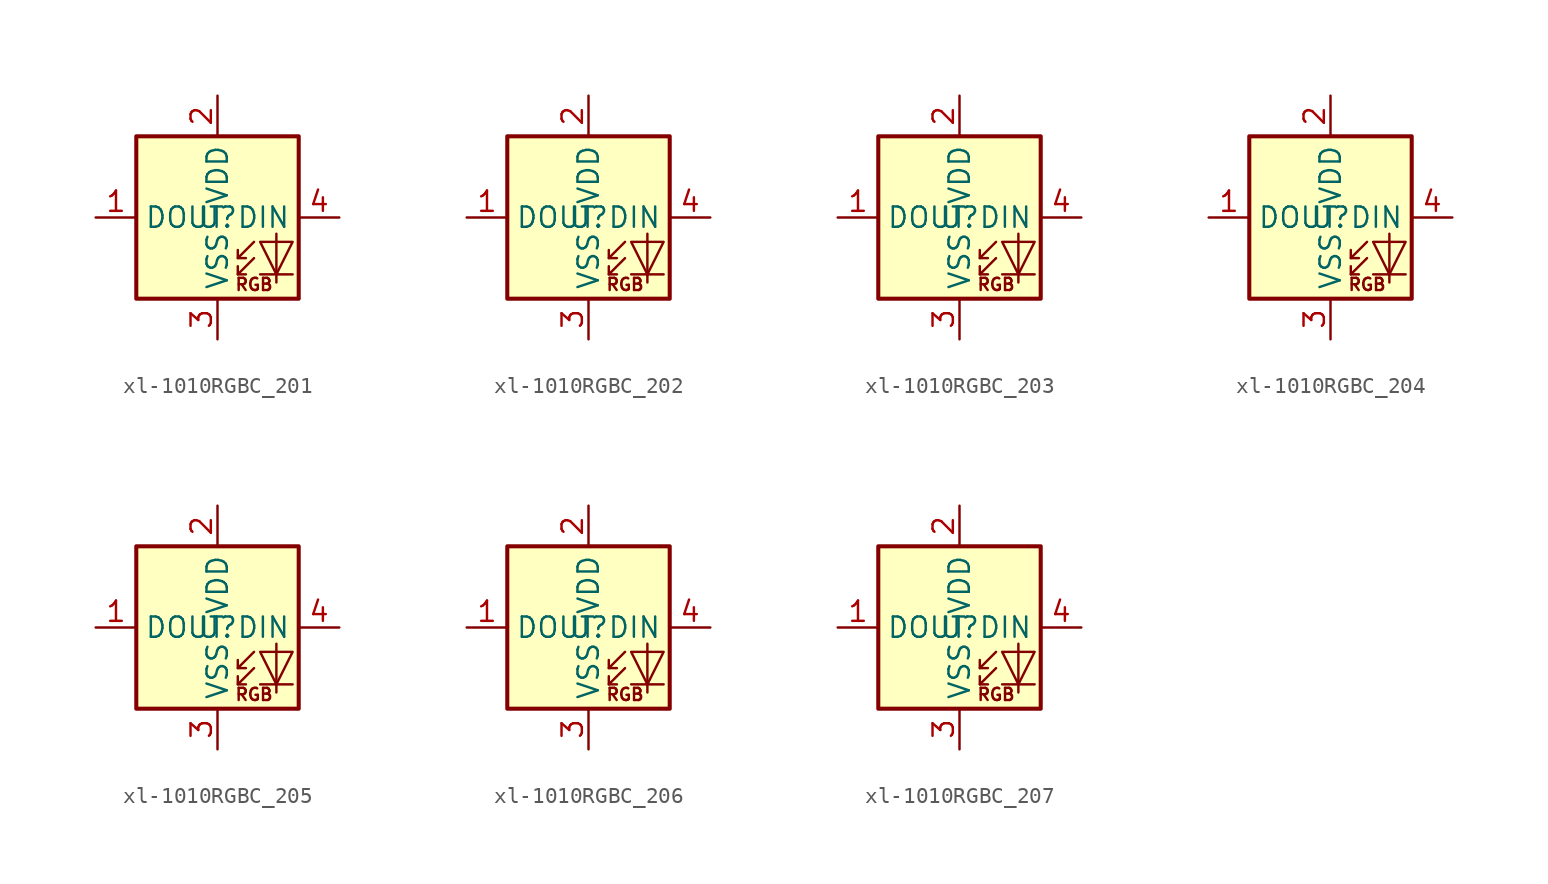
<source format=kicad_sym>
(kicad_symbol_lib
  (version 20231120)
  (generator "kicad_symbol_editor")
  (generator_version "8.0")
  (symbol "xl-1010RGBC_201"
    (property "Reference" "U"
      (at 0 0 0)
      (effects (font (size 1.27 1.27))))
    (property "Value" ""
      (at 0 0 0)
      (effects (font (size 1.27 1.27))))
    (symbol "xl-1010RGBC_201_0_0"
      (text "RGB" (at 2.286 -4.191 0) (effects (font (size 0.762 0.762)))))
    (symbol "xl-1010RGBC_201_0_1"
      (polyline (pts (xy 1.27 -3.556) (xy 1.778 -3.556)) (stroke (width 0) (type default)) (fill (type none)))
      (polyline (pts (xy 1.27 -2.54) (xy 1.778 -2.54)) (stroke (width 0) (type default)) (fill (type none)))
      (polyline (pts (xy 4.699 -3.556) (xy 2.667 -3.556)) (stroke (width 0) (type default)) (fill (type none)))
      (polyline (pts (xy 2.286 -2.54) (xy 1.27 -3.556) (xy 1.27 -3.048)) (stroke (width 0) (type default)) (fill (type none)))
      (polyline (pts (xy 2.286 -1.524) (xy 1.27 -2.54) (xy 1.27 -2.032)) (stroke (width 0) (type default)) (fill (type none)))
      (polyline (pts (xy 3.683 -1.016) (xy 3.683 -3.556) (xy 3.683 -4.064)) (stroke (width 0) (type default)) (fill (type none)))
      (polyline (pts (xy 4.699 -1.524) (xy 2.667 -1.524) (xy 3.683 -3.556) (xy 4.699 -1.524)) (stroke (width 0) (type default)) (fill (type none)))
      (rectangle (start 5.08 5.08) (end -5.08 -5.08) (stroke (width 0.254) (type default)) (fill (type background))))
    (symbol "xl-1010RGBC_201_1_1"
      (pin output line (at -7.62 0 0) (length 2.54) (name "DOUT" (effects (font (size 1.27 1.27)))) (number "1" (effects (font (size 1.27 1.27)))))
      (pin power_in line (at 0 7.62 270) (length 2.54) (name "VDD" (effects (font (size 1.27 1.27)))) (number "2" (effects (font (size 1.27 1.27)))))
      (pin power_in line (at 0 -7.62 90) (length 2.54) (name "VSS" (effects (font (size 1.27 1.27)))) (number "3" (effects (font (size 1.27 1.27)))))
      (pin input line (at 7.62 0 180) (length 2.54) (name "DIN" (effects (font (size 1.27 1.27)))) (number "4" (effects (font (size 1.27 1.27)))))))
  (symbol "xl-1010RGBC_202"
    (property "Reference" "U"
      (at 0 0 0)
      (effects (font (size 1.27 1.27))))
    (property "Value" ""
      (at 0 0 0)
      (effects (font (size 1.27 1.27))))
    (symbol "xl-1010RGBC_202_0_0"
      (text "RGB" (at 2.286 -4.191 0) (effects (font (size 0.762 0.762)))))
    (symbol "xl-1010RGBC_202_0_1"
      (polyline (pts (xy 1.27 -3.556) (xy 1.778 -3.556)) (stroke (width 0) (type default)) (fill (type none)))
      (polyline (pts (xy 1.27 -2.54) (xy 1.778 -2.54)) (stroke (width 0) (type default)) (fill (type none)))
      (polyline (pts (xy 4.699 -3.556) (xy 2.667 -3.556)) (stroke (width 0) (type default)) (fill (type none)))
      (polyline (pts (xy 2.286 -2.54) (xy 1.27 -3.556) (xy 1.27 -3.048)) (stroke (width 0) (type default)) (fill (type none)))
      (polyline (pts (xy 2.286 -1.524) (xy 1.27 -2.54) (xy 1.27 -2.032)) (stroke (width 0) (type default)) (fill (type none)))
      (polyline (pts (xy 3.683 -1.016) (xy 3.683 -3.556) (xy 3.683 -4.064)) (stroke (width 0) (type default)) (fill (type none)))
      (polyline (pts (xy 4.699 -1.524) (xy 2.667 -1.524) (xy 3.683 -3.556) (xy 4.699 -1.524)) (stroke (width 0) (type default)) (fill (type none)))
      (rectangle (start 5.08 5.08) (end -5.08 -5.08) (stroke (width 0.254) (type default)) (fill (type background))))
    (symbol "xl-1010RGBC_202_1_1"
      (pin output line (at -7.62 0 0) (length 2.54) (name "DOUT" (effects (font (size 1.27 1.27)))) (number "1" (effects (font (size 1.27 1.27)))))
      (pin power_in line (at 0 7.62 270) (length 2.54) (name "VDD" (effects (font (size 1.27 1.27)))) (number "2" (effects (font (size 1.27 1.27)))))
      (pin power_in line (at 0 -7.62 90) (length 2.54) (name "VSS" (effects (font (size 1.27 1.27)))) (number "3" (effects (font (size 1.27 1.27)))))
      (pin input line (at 7.62 0 180) (length 2.54) (name "DIN" (effects (font (size 1.27 1.27)))) (number "4" (effects (font (size 1.27 1.27)))))))
  (symbol "xl-1010RGBC_203"
    (property "Reference" "U"
      (at 0 0 0)
      (effects (font (size 1.27 1.27))))
    (property "Value" ""
      (at 0 0 0)
      (effects (font (size 1.27 1.27))))
    (symbol "xl-1010RGBC_203_0_0"
      (text "RGB" (at 2.286 -4.191 0) (effects (font (size 0.762 0.762)))))
    (symbol "xl-1010RGBC_203_0_1"
      (polyline (pts (xy 1.27 -3.556) (xy 1.778 -3.556)) (stroke (width 0) (type default)) (fill (type none)))
      (polyline (pts (xy 1.27 -2.54) (xy 1.778 -2.54)) (stroke (width 0) (type default)) (fill (type none)))
      (polyline (pts (xy 4.699 -3.556) (xy 2.667 -3.556)) (stroke (width 0) (type default)) (fill (type none)))
      (polyline (pts (xy 2.286 -2.54) (xy 1.27 -3.556) (xy 1.27 -3.048)) (stroke (width 0) (type default)) (fill (type none)))
      (polyline (pts (xy 2.286 -1.524) (xy 1.27 -2.54) (xy 1.27 -2.032)) (stroke (width 0) (type default)) (fill (type none)))
      (polyline (pts (xy 3.683 -1.016) (xy 3.683 -3.556) (xy 3.683 -4.064)) (stroke (width 0) (type default)) (fill (type none)))
      (polyline (pts (xy 4.699 -1.524) (xy 2.667 -1.524) (xy 3.683 -3.556) (xy 4.699 -1.524)) (stroke (width 0) (type default)) (fill (type none)))
      (rectangle (start 5.08 5.08) (end -5.08 -5.08) (stroke (width 0.254) (type default)) (fill (type background))))
    (symbol "xl-1010RGBC_203_1_1"
      (pin output line (at -7.62 0 0) (length 2.54) (name "DOUT" (effects (font (size 1.27 1.27)))) (number "1" (effects (font (size 1.27 1.27)))))
      (pin power_in line (at 0 7.62 270) (length 2.54) (name "VDD" (effects (font (size 1.27 1.27)))) (number "2" (effects (font (size 1.27 1.27)))))
      (pin power_in line (at 0 -7.62 90) (length 2.54) (name "VSS" (effects (font (size 1.27 1.27)))) (number "3" (effects (font (size 1.27 1.27)))))
      (pin input line (at 7.62 0 180) (length 2.54) (name "DIN" (effects (font (size 1.27 1.27)))) (number "4" (effects (font (size 1.27 1.27)))))))
  (symbol "xl-1010RGBC_204"
    (property "Reference" "U"
      (at 0 0 0)
      (effects (font (size 1.27 1.27))))
    (property "Value" ""
      (at 0 0 0)
      (effects (font (size 1.27 1.27))))
    (symbol "xl-1010RGBC_204_0_0"
      (text "RGB" (at 2.286 -4.191 0) (effects (font (size 0.762 0.762)))))
    (symbol "xl-1010RGBC_204_0_1"
      (polyline (pts (xy 1.27 -3.556) (xy 1.778 -3.556)) (stroke (width 0) (type default)) (fill (type none)))
      (polyline (pts (xy 1.27 -2.54) (xy 1.778 -2.54)) (stroke (width 0) (type default)) (fill (type none)))
      (polyline (pts (xy 4.699 -3.556) (xy 2.667 -3.556)) (stroke (width 0) (type default)) (fill (type none)))
      (polyline (pts (xy 2.286 -2.54) (xy 1.27 -3.556) (xy 1.27 -3.048)) (stroke (width 0) (type default)) (fill (type none)))
      (polyline (pts (xy 2.286 -1.524) (xy 1.27 -2.54) (xy 1.27 -2.032)) (stroke (width 0) (type default)) (fill (type none)))
      (polyline (pts (xy 3.683 -1.016) (xy 3.683 -3.556) (xy 3.683 -4.064)) (stroke (width 0) (type default)) (fill (type none)))
      (polyline (pts (xy 4.699 -1.524) (xy 2.667 -1.524) (xy 3.683 -3.556) (xy 4.699 -1.524)) (stroke (width 0) (type default)) (fill (type none)))
      (rectangle (start 5.08 5.08) (end -5.08 -5.08) (stroke (width 0.254) (type default)) (fill (type background))))
    (symbol "xl-1010RGBC_204_1_1"
      (pin output line (at -7.62 0 0) (length 2.54) (name "DOUT" (effects (font (size 1.27 1.27)))) (number "1" (effects (font (size 1.27 1.27)))))
      (pin power_in line (at 0 7.62 270) (length 2.54) (name "VDD" (effects (font (size 1.27 1.27)))) (number "2" (effects (font (size 1.27 1.27)))))
      (pin power_in line (at 0 -7.62 90) (length 2.54) (name "VSS" (effects (font (size 1.27 1.27)))) (number "3" (effects (font (size 1.27 1.27)))))
      (pin input line (at 7.62 0 180) (length 2.54) (name "DIN" (effects (font (size 1.27 1.27)))) (number "4" (effects (font (size 1.27 1.27)))))))
  (symbol "xl-1010RGBC_205"
    (property "Reference" "U"
      (at 0 0 0)
      (effects (font (size 1.27 1.27))))
    (property "Value" ""
      (at 0 0 0)
      (effects (font (size 1.27 1.27))))
    (symbol "xl-1010RGBC_205_0_0"
      (text "RGB" (at 2.286 -4.191 0) (effects (font (size 0.762 0.762)))))
    (symbol "xl-1010RGBC_205_0_1"
      (polyline (pts (xy 1.27 -3.556) (xy 1.778 -3.556)) (stroke (width 0) (type default)) (fill (type none)))
      (polyline (pts (xy 1.27 -2.54) (xy 1.778 -2.54)) (stroke (width 0) (type default)) (fill (type none)))
      (polyline (pts (xy 4.699 -3.556) (xy 2.667 -3.556)) (stroke (width 0) (type default)) (fill (type none)))
      (polyline (pts (xy 2.286 -2.54) (xy 1.27 -3.556) (xy 1.27 -3.048)) (stroke (width 0) (type default)) (fill (type none)))
      (polyline (pts (xy 2.286 -1.524) (xy 1.27 -2.54) (xy 1.27 -2.032)) (stroke (width 0) (type default)) (fill (type none)))
      (polyline (pts (xy 3.683 -1.016) (xy 3.683 -3.556) (xy 3.683 -4.064)) (stroke (width 0) (type default)) (fill (type none)))
      (polyline (pts (xy 4.699 -1.524) (xy 2.667 -1.524) (xy 3.683 -3.556) (xy 4.699 -1.524)) (stroke (width 0) (type default)) (fill (type none)))
      (rectangle (start 5.08 5.08) (end -5.08 -5.08) (stroke (width 0.254) (type default)) (fill (type background))))
    (symbol "xl-1010RGBC_205_1_1"
      (pin output line (at -7.62 0 0) (length 2.54) (name "DOUT" (effects (font (size 1.27 1.27)))) (number "1" (effects (font (size 1.27 1.27)))))
      (pin power_in line (at 0 7.62 270) (length 2.54) (name "VDD" (effects (font (size 1.27 1.27)))) (number "2" (effects (font (size 1.27 1.27)))))
      (pin power_in line (at 0 -7.62 90) (length 2.54) (name "VSS" (effects (font (size 1.27 1.27)))) (number "3" (effects (font (size 1.27 1.27)))))
      (pin input line (at 7.62 0 180) (length 2.54) (name "DIN" (effects (font (size 1.27 1.27)))) (number "4" (effects (font (size 1.27 1.27)))))))
  (symbol "xl-1010RGBC_206"
    (property "Reference" "U"
      (at 0 0 0)
      (effects (font (size 1.27 1.27))))
    (property "Value" ""
      (at 0 0 0)
      (effects (font (size 1.27 1.27))))
    (symbol "xl-1010RGBC_206_0_0"
      (text "RGB" (at 2.286 -4.191 0) (effects (font (size 0.762 0.762)))))
    (symbol "xl-1010RGBC_206_0_1"
      (polyline (pts (xy 1.27 -3.556) (xy 1.778 -3.556)) (stroke (width 0) (type default)) (fill (type none)))
      (polyline (pts (xy 1.27 -2.54) (xy 1.778 -2.54)) (stroke (width 0) (type default)) (fill (type none)))
      (polyline (pts (xy 4.699 -3.556) (xy 2.667 -3.556)) (stroke (width 0) (type default)) (fill (type none)))
      (polyline (pts (xy 2.286 -2.54) (xy 1.27 -3.556) (xy 1.27 -3.048)) (stroke (width 0) (type default)) (fill (type none)))
      (polyline (pts (xy 2.286 -1.524) (xy 1.27 -2.54) (xy 1.27 -2.032)) (stroke (width 0) (type default)) (fill (type none)))
      (polyline (pts (xy 3.683 -1.016) (xy 3.683 -3.556) (xy 3.683 -4.064)) (stroke (width 0) (type default)) (fill (type none)))
      (polyline (pts (xy 4.699 -1.524) (xy 2.667 -1.524) (xy 3.683 -3.556) (xy 4.699 -1.524)) (stroke (width 0) (type default)) (fill (type none)))
      (rectangle (start 5.08 5.08) (end -5.08 -5.08) (stroke (width 0.254) (type default)) (fill (type background))))
    (symbol "xl-1010RGBC_206_1_1"
      (pin output line (at -7.62 0 0) (length 2.54) (name "DOUT" (effects (font (size 1.27 1.27)))) (number "1" (effects (font (size 1.27 1.27)))))
      (pin power_in line (at 0 7.62 270) (length 2.54) (name "VDD" (effects (font (size 1.27 1.27)))) (number "2" (effects (font (size 1.27 1.27)))))
      (pin power_in line (at 0 -7.62 90) (length 2.54) (name "VSS" (effects (font (size 1.27 1.27)))) (number "3" (effects (font (size 1.27 1.27)))))
      (pin input line (at 7.62 0 180) (length 2.54) (name "DIN" (effects (font (size 1.27 1.27)))) (number "4" (effects (font (size 1.27 1.27)))))))
  (symbol "xl-1010RGBC_207"
    (property "Reference" "U"
      (at 0 0 0)
      (effects (font (size 1.27 1.27))))
    (property "Value" ""
      (at 0 0 0)
      (effects (font (size 1.27 1.27))))
    (symbol "xl-1010RGBC_207_0_0"
      (text "RGB" (at 2.286 -4.191 0) (effects (font (size 0.762 0.762)))))
    (symbol "xl-1010RGBC_207_0_1"
      (polyline (pts (xy 1.27 -3.556) (xy 1.778 -3.556)) (stroke (width 0) (type default)) (fill (type none)))
      (polyline (pts (xy 1.27 -2.54) (xy 1.778 -2.54)) (stroke (width 0) (type default)) (fill (type none)))
      (polyline (pts (xy 4.699 -3.556) (xy 2.667 -3.556)) (stroke (width 0) (type default)) (fill (type none)))
      (polyline (pts (xy 2.286 -2.54) (xy 1.27 -3.556) (xy 1.27 -3.048)) (stroke (width 0) (type default)) (fill (type none)))
      (polyline (pts (xy 2.286 -1.524) (xy 1.27 -2.54) (xy 1.27 -2.032)) (stroke (width 0) (type default)) (fill (type none)))
      (polyline (pts (xy 3.683 -1.016) (xy 3.683 -3.556) (xy 3.683 -4.064)) (stroke (width 0) (type default)) (fill (type none)))
      (polyline (pts (xy 4.699 -1.524) (xy 2.667 -1.524) (xy 3.683 -3.556) (xy 4.699 -1.524)) (stroke (width 0) (type default)) (fill (type none)))
      (rectangle (start 5.08 5.08) (end -5.08 -5.08) (stroke (width 0.254) (type default)) (fill (type background))))
    (symbol "xl-1010RGBC_207_1_1"
      (pin output line (at -7.62 0 0) (length 2.54) (name "DOUT" (effects (font (size 1.27 1.27)))) (number "1" (effects (font (size 1.27 1.27)))))
      (pin power_in line (at 0 7.62 270) (length 2.54) (name "VDD" (effects (font (size 1.27 1.27)))) (number "2" (effects (font (size 1.27 1.27)))))
      (pin power_in line (at 0 -7.62 90) (length 2.54) (name "VSS" (effects (font (size 1.27 1.27)))) (number "3" (effects (font (size 1.27 1.27)))))
      (pin input line (at 7.62 0 180) (length 2.54) (name "DIN" (effects (font (size 1.27 1.27)))) (number "4" (effects (font (size 1.27 1.27))))))))
</source>
